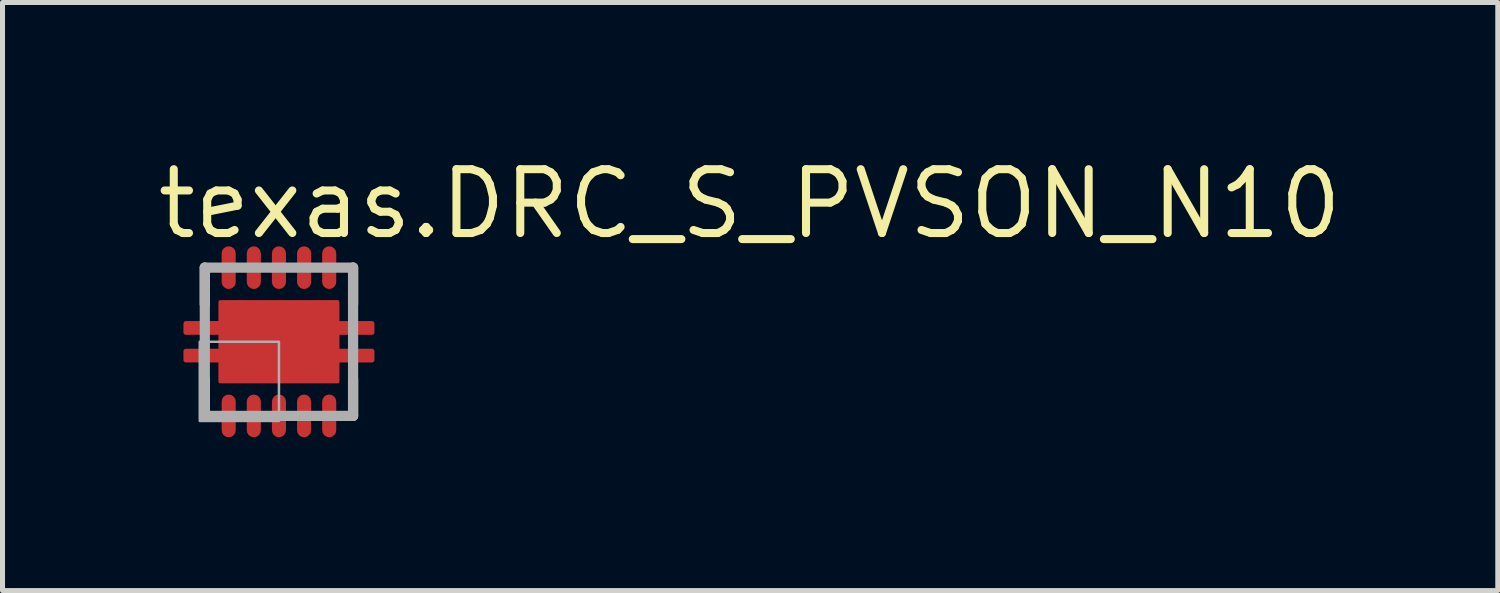
<source format=kicad_pcb>
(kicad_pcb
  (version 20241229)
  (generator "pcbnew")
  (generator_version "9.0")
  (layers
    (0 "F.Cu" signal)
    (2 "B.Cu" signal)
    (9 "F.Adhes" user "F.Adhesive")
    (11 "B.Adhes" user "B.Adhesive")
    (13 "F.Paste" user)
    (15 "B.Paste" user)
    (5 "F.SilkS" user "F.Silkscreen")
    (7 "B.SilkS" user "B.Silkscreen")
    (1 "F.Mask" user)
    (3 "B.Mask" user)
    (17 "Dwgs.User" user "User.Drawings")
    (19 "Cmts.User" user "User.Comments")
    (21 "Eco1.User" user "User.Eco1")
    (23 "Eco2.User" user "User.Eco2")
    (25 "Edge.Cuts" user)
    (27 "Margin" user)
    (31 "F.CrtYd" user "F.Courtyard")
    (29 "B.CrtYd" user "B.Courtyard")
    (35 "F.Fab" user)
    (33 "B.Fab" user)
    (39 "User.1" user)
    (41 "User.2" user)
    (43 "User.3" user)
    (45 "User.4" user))
  (footprint "texas.DRC_S_PVSON_N10"
    (layer "F.Cu")
    (at 2.5 3.75)
    (property "Reference" "texas.DRC_S_PVSON_N10" (at -2.5 -2 0) (layer "F.SilkS") (effects (font (size 1.27 1.27) (thickness 0.16)) (justify left bottom)))
    (attr smd)
    (fp_poly (pts (xy -1.85 -0.35) (xy -1.85 -0.362) (xy -1.15 -0.362) (xy -1.15 -0.775) (xy 1.15 -0.775) (xy 1.15 -0.375) (xy 1.15 -0.362) (xy 1.85 -0.362) (xy 1.85 -0.188) (xy 1.15 -0.188) (xy 1.15 0.175) (xy 1.15 0.188) (xy 1.85 0.188) (xy 1.85 0.362) (xy 1.15 0.362) (xy 1.15 0.775) (xy -1.15 0.775) (xy -1.15 0.362) (xy -1.85 0.362) (xy -1.85 0.188) (xy -1.15 0.188) (xy -1.15 -0.175) (xy -1.15 -0.188) (xy -1.85 -0.188) (xy -1.85 -0.338)) (stroke (width 0.1) (type default)) (fill yes) (layer "F.Cu"))
    (fp_rect (start -1.925 -0.125) (end -1.325 -0.425) (stroke (width 0.05) (type default)) (fill yes) (layer "F.Mask"))
    (fp_rect (start -1.925 0.425) (end -1.325 0.125) (stroke (width 0.05) (type default)) (fill yes) (layer "F.Mask"))
    (fp_rect (start -1.225 0.85) (end 1.225 -0.85) (stroke (width 0.05) (type default)) (fill yes) (layer "F.Mask"))
    (fp_rect (start -1.175 -1.165) (end -0.825 -1.925) (stroke (width 0.05) (type default)) (fill yes) (layer "F.Mask"))
    (fp_rect (start -1.175 1.925) (end -0.825 1.165) (stroke (width 0.05) (type default)) (fill yes) (layer "F.Mask"))
    (fp_rect (start -0.675 -1.165) (end -0.325 -1.925) (stroke (width 0.05) (type default)) (fill yes) (layer "F.Mask"))
    (fp_rect (start -0.675 1.925) (end -0.325 1.165) (stroke (width 0.05) (type default)) (fill yes) (layer "F.Mask"))
    (fp_rect (start -0.175 -1.165) (end 0.175 -1.925) (stroke (width 0.05) (type default)) (fill yes) (layer "F.Mask"))
    (fp_rect (start -0.175 1.925) (end 0.175 1.165) (stroke (width 0.05) (type default)) (fill yes) (layer "F.Mask"))
    (fp_rect (start 0.325 -1.165) (end 0.675 -1.925) (stroke (width 0.05) (type default)) (fill yes) (layer "F.Mask"))
    (fp_rect (start 0.325 1.925) (end 0.675 1.165) (stroke (width 0.05) (type default)) (fill yes) (layer "F.Mask"))
    (fp_rect (start 0.825 -1.165) (end 1.175 -1.925) (stroke (width 0.05) (type default)) (fill yes) (layer "F.Mask"))
    (fp_rect (start 0.825 1.925) (end 1.175 1.165) (stroke (width 0.05) (type default)) (fill yes) (layer "F.Mask"))
    (fp_rect (start 1.325 -0.125) (end 1.925 -0.425) (stroke (width 0.05) (type default)) (fill yes) (layer "F.Mask"))
    (fp_rect (start 1.325 0.425) (end 1.925 0.125) (stroke (width 0.05) (type default)) (fill yes) (layer "F.Mask"))
    (fp_circle (center -1 -1.165) (end -0.825 -1.165) (stroke (width 0.1) (type default)) (fill no) (layer "F.Mask"))
    (fp_circle (center -1 1.165) (end -0.825 1.165) (stroke (width 0.1) (type default)) (fill no) (layer "F.Mask"))
    (fp_circle (center -0.5 -1.165) (end -0.325 -1.165) (stroke (width 0.1) (type default)) (fill no) (layer "F.Mask"))
    (fp_circle (center -0.5 1.165) (end -0.325 1.165) (stroke (width 0.1) (type default)) (fill no) (layer "F.Mask"))
    (fp_circle (center 0 -1.165) (end 0.175 -1.165) (stroke (width 0.1) (type default)) (fill no) (layer "F.Mask"))
    (fp_circle (center 0 1.165) (end 0.175 1.165) (stroke (width 0.1) (type default)) (fill no) (layer "F.Mask"))
    (fp_circle (center 0.5 -1.165) (end 0.675 -1.165) (stroke (width 0.1) (type default)) (fill no) (layer "F.Mask"))
    (fp_circle (center 0.5 1.165) (end 0.675 1.165) (stroke (width 0.1) (type default)) (fill no) (layer "F.Mask"))
    (fp_circle (center 1 -1.165) (end 1.175 -1.165) (stroke (width 0.1) (type default)) (fill no) (layer "F.Mask"))
    (fp_circle (center 1 1.165) (end 1.175 1.165) (stroke (width 0.1) (type default)) (fill no) (layer "F.Mask"))
    (fp_line (start -1.475 -0.748) (end -1.475 -1.475) (stroke (width 0.203) (type default)) (layer "F.SilkS"))
    (fp_line (start -1.475 1.475) (end -1.475 0.748) (stroke (width 0.203) (type default)) (layer "F.SilkS"))
    (fp_line (start 1.475 -1.475) (end 1.475 -0.748) (stroke (width 0.203) (type default)) (layer "F.SilkS"))
    (fp_line (start 1.475 0.748) (end 1.475 1.475) (stroke (width 0.203) (type default)) (layer "F.SilkS"))
    (fp_rect (start -1.9 -0.15) (end -1.325 -0.4) (stroke (width 0.05) (type default)) (fill yes) (layer "F.Paste"))
    (fp_rect (start -1.9 0.4) (end -1.325 0.15) (stroke (width 0.05) (type default)) (fill yes) (layer "F.Paste"))
    (fp_rect (start -1.175 -0.15) (end -0.15 -0.8) (stroke (width 0.05) (type default)) (fill yes) (layer "F.Paste"))
    (fp_rect (start -1.175 0.8) (end -0.15 0.15) (stroke (width 0.05) (type default)) (fill yes) (layer "F.Paste"))
    (fp_rect (start -1.115 -1.165) (end -0.885 -1.85) (stroke (width 0.05) (type default)) (fill yes) (layer "F.Paste"))
    (fp_rect (start -1.115 1.85) (end -0.885 1.165) (stroke (width 0.05) (type default)) (fill yes) (layer "F.Paste"))
    (fp_rect (start -0.615 -1.165) (end -0.385 -1.85) (stroke (width 0.05) (type default)) (fill yes) (layer "F.Paste"))
    (fp_rect (start -0.615 1.85) (end -0.385 1.165) (stroke (width 0.05) (type default)) (fill yes) (layer "F.Paste"))
    (fp_rect (start -0.115 -1.165) (end 0.115 -1.85) (stroke (width 0.05) (type default)) (fill yes) (layer "F.Paste"))
    (fp_rect (start -0.115 1.85) (end 0.115 1.165) (stroke (width 0.05) (type default)) (fill yes) (layer "F.Paste"))
    (fp_rect (start 0.15 -0.15) (end 1.175 -0.8) (stroke (width 0.05) (type default)) (fill yes) (layer "F.Paste"))
    (fp_rect (start 0.15 0.8) (end 1.175 0.15) (stroke (width 0.05) (type default)) (fill yes) (layer "F.Paste"))
    (fp_rect (start 0.385 -1.165) (end 0.615 -1.85) (stroke (width 0.05) (type default)) (fill yes) (layer "F.Paste"))
    (fp_rect (start 0.385 1.85) (end 0.615 1.165) (stroke (width 0.05) (type default)) (fill yes) (layer "F.Paste"))
    (fp_rect (start 0.885 -1.165) (end 1.115 -1.85) (stroke (width 0.05) (type default)) (fill yes) (layer "F.Paste"))
    (fp_rect (start 0.885 1.85) (end 1.115 1.165) (stroke (width 0.05) (type default)) (fill yes) (layer "F.Paste"))
    (fp_rect (start 1.325 -0.15) (end 1.9 -0.4) (stroke (width 0.05) (type default)) (fill yes) (layer "F.Paste"))
    (fp_rect (start 1.325 0.4) (end 1.9 0.15) (stroke (width 0.05) (type default)) (fill yes) (layer "F.Paste"))
    (fp_circle (center -1 -1.165) (end -0.885 -1.165) (stroke (width 0.1) (type default)) (fill no) (layer "F.Paste"))
    (fp_circle (center -1 1.165) (end -0.885 1.165) (stroke (width 0.1) (type default)) (fill no) (layer "F.Paste"))
    (fp_circle (center -0.5 -1.165) (end -0.385 -1.165) (stroke (width 0.1) (type default)) (fill no) (layer "F.Paste"))
    (fp_circle (center -0.5 1.165) (end -0.385 1.165) (stroke (width 0.1) (type default)) (fill no) (layer "F.Paste"))
    (fp_circle (center 0 -1.165) (end 0.115 -1.165) (stroke (width 0.1) (type default)) (fill no) (layer "F.Paste"))
    (fp_circle (center 0 1.165) (end 0.115 1.165) (stroke (width 0.1) (type default)) (fill no) (layer "F.Paste"))
    (fp_circle (center 0.5 -1.165) (end 0.615 -1.165) (stroke (width 0.1) (type default)) (fill no) (layer "F.Paste"))
    (fp_circle (center 0.5 1.165) (end 0.615 1.165) (stroke (width 0.1) (type default)) (fill no) (layer "F.Paste"))
    (fp_circle (center 1 -1.165) (end 1.115 -1.165) (stroke (width 0.1) (type default)) (fill no) (layer "F.Paste"))
    (fp_circle (center 1 1.165) (end 1.115 1.165) (stroke (width 0.1) (type default)) (fill no) (layer "F.Paste"))
    (fp_line (start -1.475 -1.475) (end 1.475 -1.475) (stroke (width 0.203) (type default)) (layer "F.Fab"))
    (fp_line (start -1.475 1.475) (end -1.475 -1.475) (stroke (width 0.203) (type default)) (layer "F.Fab"))
    (fp_line (start 1.475 -1.475) (end 1.475 1.475) (stroke (width 0.203) (type default)) (layer "F.Fab"))
    (fp_line (start 1.475 1.475) (end -1.475 1.475) (stroke (width 0.203) (type default)) (layer "F.Fab"))
    (fp_rect (start -1.575 1.575) (end 0 0) (stroke (width 0.05) (type default)) (fill no) (layer "F.Fab"))
    (pad "1" smd roundrect (at -1 1.475 90) (size 0.85 0.28) (layers "F.Cu" "F.Mask" "F.Paste") (roundrect_rratio 0.5))
    (pad "2" smd roundrect (at -0.5 1.475 90) (size 0.85 0.28) (layers "F.Cu" "F.Mask" "F.Paste") (roundrect_rratio 0.5))
    (pad "3" smd roundrect (at 0 1.475 90) (size 0.85 0.28) (layers "F.Cu" "F.Mask" "F.Paste") (roundrect_rratio 0.5))
    (pad "4" smd roundrect (at 0.5 1.475 90) (size 0.85 0.28) (layers "F.Cu" "F.Mask" "F.Paste") (roundrect_rratio 0.5))
    (pad "5" smd roundrect (at 1 1.475 90) (size 0.85 0.28) (layers "F.Cu" "F.Mask" "F.Paste") (roundrect_rratio 0.5))
    (pad "6" smd roundrect (at 1 -1.475 270) (size 0.85 0.28) (layers "F.Cu" "F.Mask" "F.Paste") (roundrect_rratio 0.5))
    (pad "7" smd roundrect (at 0.5 -1.475 270) (size 0.85 0.28) (layers "F.Cu" "F.Mask" "F.Paste") (roundrect_rratio 0.5))
    (pad "8" smd roundrect (at 0 -1.475 270) (size 0.85 0.28) (layers "F.Cu" "F.Mask" "F.Paste") (roundrect_rratio 0.5))
    (pad "9" smd roundrect (at -0.5 -1.475 270) (size 0.85 0.28) (layers "F.Cu" "F.Mask" "F.Paste") (roundrect_rratio 0.5))
    (pad "10" smd roundrect (at -1 -1.475 270) (size 0.85 0.28) (layers "F.Cu" "F.Mask" "F.Paste") (roundrect_rratio 0.5))
    (pad "TH" smd roundrect (at 0 0) (size 2.4 1.65) (layers "F.Cu" "F.Mask" "F.Paste") (roundrect_rratio 0.01)))
  (gr_rect
    (start -3 -3)
    (end 26.751 8.7)
    (stroke (width 0.1) (type default))
    (fill no)
    (layer "Edge.Cuts")))
</source>
